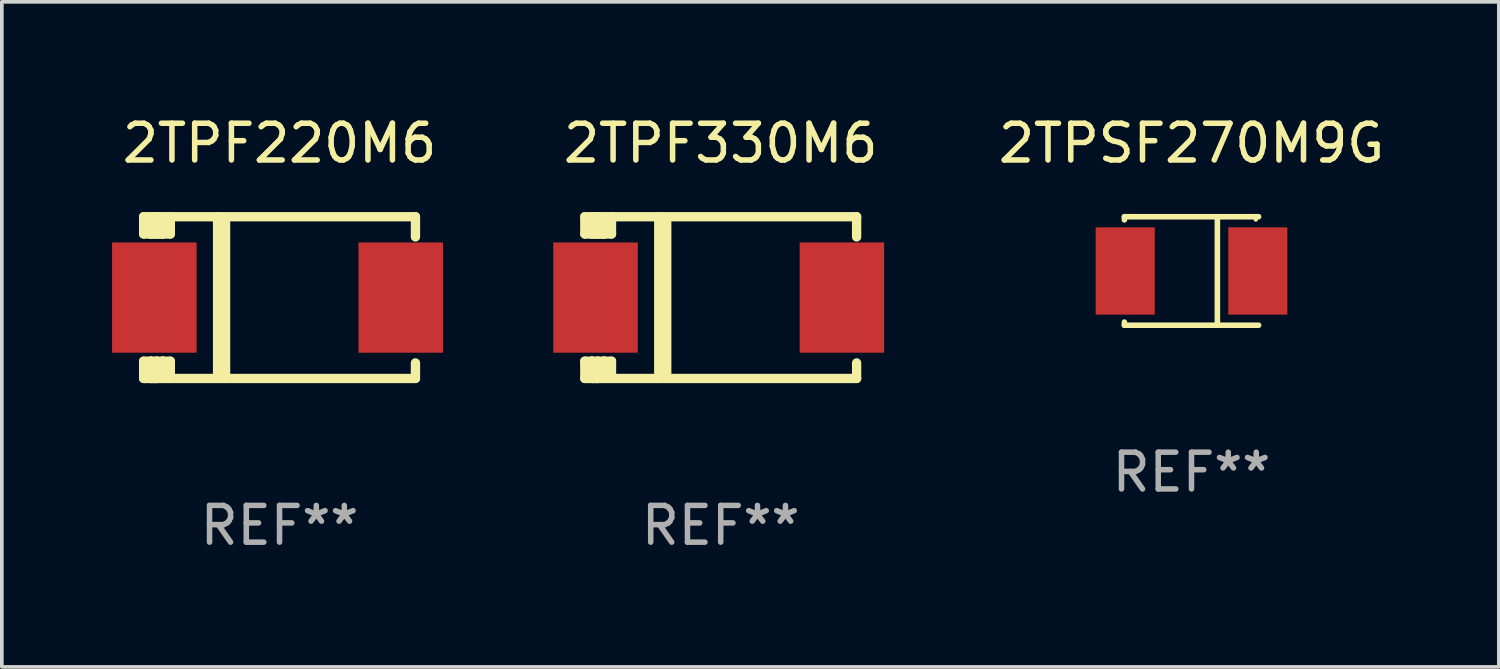
<source format=kicad_pcb>
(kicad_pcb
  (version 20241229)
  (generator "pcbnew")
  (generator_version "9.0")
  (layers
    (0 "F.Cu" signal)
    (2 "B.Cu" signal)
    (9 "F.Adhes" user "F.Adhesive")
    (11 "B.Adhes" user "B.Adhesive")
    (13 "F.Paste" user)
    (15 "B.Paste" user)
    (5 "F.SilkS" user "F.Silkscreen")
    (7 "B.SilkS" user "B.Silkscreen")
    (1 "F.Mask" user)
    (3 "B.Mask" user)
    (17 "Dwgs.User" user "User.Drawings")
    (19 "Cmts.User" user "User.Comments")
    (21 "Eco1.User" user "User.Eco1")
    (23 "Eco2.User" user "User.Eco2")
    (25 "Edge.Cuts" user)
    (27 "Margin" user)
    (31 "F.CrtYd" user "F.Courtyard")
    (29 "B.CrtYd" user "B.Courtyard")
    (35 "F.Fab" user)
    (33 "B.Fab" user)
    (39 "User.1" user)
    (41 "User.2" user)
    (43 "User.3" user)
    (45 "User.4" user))
  (footprint "2TPF330M6"
    (layer "F.Cu")
    (at 16.562 5.048)
    (property "Reference" "2TPF330M6" (at 0 -4.2 0) (layer "F.SilkS") (effects (font (size 1 1) (thickness 0.15))))
    (attr through_hole)
    (fp_line (start -3.698 -2.2) (end -3.502 -2.2) (stroke (width 0.254) (type solid)) (layer "F.SilkS"))
    (fp_line (start -3.698 -1.731) (end -3.698 -2.2) (stroke (width 0.254) (type solid)) (layer "F.SilkS"))
    (fp_line (start -3.698 -1.731) (end -3.502 -1.731) (stroke (width 0.254) (type solid)) (layer "F.SilkS"))
    (fp_line (start -3.698 1.731) (end -3.502 1.731) (stroke (width 0.254) (type solid)) (layer "F.SilkS"))
    (fp_line (start -3.698 2.2) (end -3.698 1.731) (stroke (width 0.254) (type solid)) (layer "F.SilkS"))
    (fp_line (start -3.66 2.2) (end -3.698 2.2) (stroke (width 0.254) (type solid)) (layer "F.SilkS"))
    (fp_line (start -3.66 2.2) (end -3.346 2.2) (stroke (width 0.254) (type solid)) (layer "F.SilkS"))
    (fp_line (start -3.502 -2.2) (end 3.698 -2.2) (stroke (width 0.254) (type solid)) (layer "F.SilkS"))
    (fp_line (start -3.502 -1.731) (end -3.502 -2.2) (stroke (width 0.254) (type solid)) (layer "F.SilkS"))
    (fp_line (start -3.502 1.731) (end -3.502 1.778) (stroke (width 0.254) (type solid)) (layer "F.SilkS"))
    (fp_line (start -3.502 1.731) (end -3.178 1.731) (stroke (width 0.254) (type solid)) (layer "F.SilkS"))
    (fp_line (start -3.502 1.778) (end -3.502 1.731) (stroke (width 0.254) (type solid)) (layer "F.SilkS"))
    (fp_line (start -3.502 2.2) (end -3.502 1.778) (stroke (width 0.254) (type solid)) (layer "F.SilkS"))
    (fp_line (start -3.502 2.2) (end 3.698 2.2) (stroke (width 0.254) (type solid)) (layer "F.SilkS"))
    (fp_line (start -3.367 -2.2) (end -3.367 -1.731) (stroke (width 0.254) (type solid)) (layer "F.SilkS"))
    (fp_line (start -3.346 1.731) (end -3.346 2.2) (stroke (width 0.254) (type solid)) (layer "F.SilkS"))
    (fp_line (start -3.346 2.2) (end -3.346 2.2) (stroke (width 0.254) (type solid)) (layer "F.SilkS"))
    (fp_line (start -3.332 1.731) (end -3.346 1.731) (stroke (width 0.254) (type solid)) (layer "F.SilkS"))
    (fp_line (start -3.303 -2.2) (end -3.367 -2.2) (stroke (width 0.254) (type solid)) (layer "F.SilkS"))
    (fp_line (start -3.179 -1.731) (end -3.179 -1.731) (stroke (width 0.254) (type solid)) (layer "F.SilkS"))
    (fp_line (start -3.179 1.731) (end -3.179 2.2) (stroke (width 0.254) (type solid)) (layer "F.SilkS"))
    (fp_line (start -3.178 -1.731) (end -3.502 -1.731) (stroke (width 0.254) (type solid)) (layer "F.SilkS"))
    (fp_line (start -3.178 -1.731) (end -3.179 -1.731) (stroke (width 0.254) (type solid)) (layer "F.SilkS"))
    (fp_line (start -3.178 -1.731) (end -3.178 -2.2) (stroke (width 0.254) (type solid)) (layer "F.SilkS"))
    (fp_line (start -3.178 1.731) (end -3.178 1.731) (stroke (width 0.254) (type solid)) (layer "F.SilkS"))
    (fp_line (start -2.972 -2.2) (end -2.972 -1.731) (stroke (width 0.254) (type solid)) (layer "F.SilkS"))
    (fp_line (start -2.972 -1.731) (end -3.502 -1.731) (stroke (width 0.254) (type solid)) (layer "F.SilkS"))
    (fp_line (start -2.972 1.731) (end -3.179 1.731) (stroke (width 0.254) (type solid)) (layer "F.SilkS"))
    (fp_line (start -2.972 1.731) (end -2.972 2.2) (stroke (width 0.254) (type solid)) (layer "F.SilkS"))
    (fp_line (start -2.957 -2.2) (end -2.972 -2.2) (stroke (width 0.254) (type solid)) (layer "F.SilkS"))
    (fp_line (start -1.686 -2.2) (end -1.686 2.2) (stroke (width 0.254) (type solid)) (layer "F.SilkS"))
    (fp_line (start -1.469 -2.159) (end -1.469 2.2) (stroke (width 0.254) (type solid)) (layer "F.SilkS"))
    (fp_line (start -1.452 -2.159) (end -1.469 -2.159) (stroke (width 0.254) (type solid)) (layer "F.SilkS"))
    (fp_line (start 3.698 -2.2) (end 3.698 -1.651) (stroke (width 0.254) (type solid)) (layer "F.SilkS"))
    (fp_line (start 3.698 2.2) (end 3.698 1.778) (stroke (width 0.254) (type solid)) (layer "F.SilkS"))
    (fp_circle (center -3.552 2.15) (end -3.522 2.15) (stroke (width 0.06) (type solid)) (fill no) (layer "F.SilkS"))
    (fp_text user "REF**" (at 0 6.2 0) (layer "F.Fab") (effects (font (size 1 1) (thickness 0.15))))
    (pad "1" smd rect (at -3.407 0) (size 2.3 3) (layers "F.Cu" "F.Mask" "F.Paste"))
    (pad "2" smd rect (at 3.298 0) (size 2.3 3) (layers "F.Cu" "F.Mask" "F.Paste")))
  (footprint "2TPSF270M9G"
    (layer "F.Cu")
    (at 29.373 4.324)
    (property "Reference" "2TPSF270M9G" (at 0 -3.476 0) (layer "F.SilkS") (effects (font (size 1 1) (thickness 0.15))))
    (attr through_hole)
    (fp_line (start -1.826 -1.476) (end -1.826 -1.391) (stroke (width 0.152) (type solid)) (layer "F.SilkS"))
    (fp_line (start -1.826 -1.476) (end 1.826 -1.476) (stroke (width 0.152) (type solid)) (layer "F.SilkS"))
    (fp_line (start -1.826 1.476) (end -1.826 1.391) (stroke (width 0.152) (type solid)) (layer "F.SilkS"))
    (fp_line (start -1.826 1.476) (end 1.826 1.476) (stroke (width 0.152) (type solid)) (layer "F.SilkS"))
    (fp_line (start 0.704 -1.476) (end 0.704 1.476) (stroke (width 0.152) (type solid)) (layer "F.SilkS"))
    (fp_circle (center 1.75 -1.4) (end 1.78 -1.4) (stroke (width 0.06) (type solid)) (fill no) (layer "F.SilkS"))
    (fp_text user "REF**" (at 0 5.476 0) (layer "F.Fab") (effects (font (size 1 1) (thickness 0.15))))
    (pad "1" smd rect (at 1.804 0) (size 1.607 2.376) (layers "F.Cu" "F.Mask" "F.Paste"))
    (pad "2" smd rect (at -1.804 0) (size 1.607 2.376) (layers "F.Cu" "F.Mask" "F.Paste")))
  (footprint "2TPF220M6"
    (layer "F.Cu")
    (at 4.557 5.048)
    (property "Reference" "2TPF220M6" (at 0 -4.2 0) (layer "F.SilkS") (effects (font (size 1 1) (thickness 0.15))))
    (attr through_hole)
    (fp_line (start -3.698 -2.2) (end -3.502 -2.2) (stroke (width 0.254) (type solid)) (layer "F.SilkS"))
    (fp_line (start -3.698 -1.731) (end -3.698 -2.2) (stroke (width 0.254) (type solid)) (layer "F.SilkS"))
    (fp_line (start -3.698 -1.731) (end -3.502 -1.731) (stroke (width 0.254) (type solid)) (layer "F.SilkS"))
    (fp_line (start -3.698 1.731) (end -3.502 1.731) (stroke (width 0.254) (type solid)) (layer "F.SilkS"))
    (fp_line (start -3.698 2.2) (end -3.698 1.731) (stroke (width 0.254) (type solid)) (layer "F.SilkS"))
    (fp_line (start -3.66 2.2) (end -3.698 2.2) (stroke (width 0.254) (type solid)) (layer "F.SilkS"))
    (fp_line (start -3.66 2.2) (end -3.346 2.2) (stroke (width 0.254) (type solid)) (layer "F.SilkS"))
    (fp_line (start -3.502 -2.2) (end 3.698 -2.2) (stroke (width 0.254) (type solid)) (layer "F.SilkS"))
    (fp_line (start -3.502 -1.731) (end -3.502 -2.2) (stroke (width 0.254) (type solid)) (layer "F.SilkS"))
    (fp_line (start -3.502 1.731) (end -3.502 1.778) (stroke (width 0.254) (type solid)) (layer "F.SilkS"))
    (fp_line (start -3.502 1.731) (end -3.178 1.731) (stroke (width 0.254) (type solid)) (layer "F.SilkS"))
    (fp_line (start -3.502 1.778) (end -3.502 1.731) (stroke (width 0.254) (type solid)) (layer "F.SilkS"))
    (fp_line (start -3.502 2.2) (end -3.502 1.778) (stroke (width 0.254) (type solid)) (layer "F.SilkS"))
    (fp_line (start -3.502 2.2) (end 3.698 2.2) (stroke (width 0.254) (type solid)) (layer "F.SilkS"))
    (fp_line (start -3.367 -2.2) (end -3.367 -1.731) (stroke (width 0.254) (type solid)) (layer "F.SilkS"))
    (fp_line (start -3.346 1.731) (end -3.346 2.2) (stroke (width 0.254) (type solid)) (layer "F.SilkS"))
    (fp_line (start -3.346 2.2) (end -3.346 2.2) (stroke (width 0.254) (type solid)) (layer "F.SilkS"))
    (fp_line (start -3.332 1.731) (end -3.346 1.731) (stroke (width 0.254) (type solid)) (layer "F.SilkS"))
    (fp_line (start -3.303 -2.2) (end -3.367 -2.2) (stroke (width 0.254) (type solid)) (layer "F.SilkS"))
    (fp_line (start -3.179 -1.731) (end -3.179 -1.731) (stroke (width 0.254) (type solid)) (layer "F.SilkS"))
    (fp_line (start -3.179 1.731) (end -3.179 2.2) (stroke (width 0.254) (type solid)) (layer "F.SilkS"))
    (fp_line (start -3.178 -1.731) (end -3.502 -1.731) (stroke (width 0.254) (type solid)) (layer "F.SilkS"))
    (fp_line (start -3.178 -1.731) (end -3.179 -1.731) (stroke (width 0.254) (type solid)) (layer "F.SilkS"))
    (fp_line (start -3.178 -1.731) (end -3.178 -2.2) (stroke (width 0.254) (type solid)) (layer "F.SilkS"))
    (fp_line (start -3.178 1.731) (end -3.178 1.731) (stroke (width 0.254) (type solid)) (layer "F.SilkS"))
    (fp_line (start -2.972 -2.2) (end -2.972 -1.731) (stroke (width 0.254) (type solid)) (layer "F.SilkS"))
    (fp_line (start -2.972 -1.731) (end -3.502 -1.731) (stroke (width 0.254) (type solid)) (layer "F.SilkS"))
    (fp_line (start -2.972 1.731) (end -3.179 1.731) (stroke (width 0.254) (type solid)) (layer "F.SilkS"))
    (fp_line (start -2.972 1.731) (end -2.972 2.2) (stroke (width 0.254) (type solid)) (layer "F.SilkS"))
    (fp_line (start -2.957 -2.2) (end -2.972 -2.2) (stroke (width 0.254) (type solid)) (layer "F.SilkS"))
    (fp_line (start -1.686 -2.2) (end -1.686 2.2) (stroke (width 0.254) (type solid)) (layer "F.SilkS"))
    (fp_line (start -1.469 -2.159) (end -1.469 2.2) (stroke (width 0.254) (type solid)) (layer "F.SilkS"))
    (fp_line (start -1.452 -2.159) (end -1.469 -2.159) (stroke (width 0.254) (type solid)) (layer "F.SilkS"))
    (fp_line (start 3.698 -2.2) (end 3.698 -1.651) (stroke (width 0.254) (type solid)) (layer "F.SilkS"))
    (fp_line (start 3.698 2.2) (end 3.698 1.778) (stroke (width 0.254) (type solid)) (layer "F.SilkS"))
    (fp_circle (center -3.552 2.15) (end -3.522 2.15) (stroke (width 0.06) (type solid)) (fill no) (layer "F.SilkS"))
    (fp_text user "REF**" (at 0 6.2 0) (layer "F.Fab") (effects (font (size 1 1) (thickness 0.15))))
    (pad "1" smd rect (at -3.407 0) (size 2.3 3) (layers "F.Cu" "F.Mask" "F.Paste"))
    (pad "2" smd rect (at 3.298 0) (size 2.3 3) (layers "F.Cu" "F.Mask" "F.Paste")))
  (gr_rect
    (start -3 -3)
    (end 37.736 15.097)
    (stroke (width 0.1) (type default))
    (fill no)
    (layer "Edge.Cuts")))
</source>
